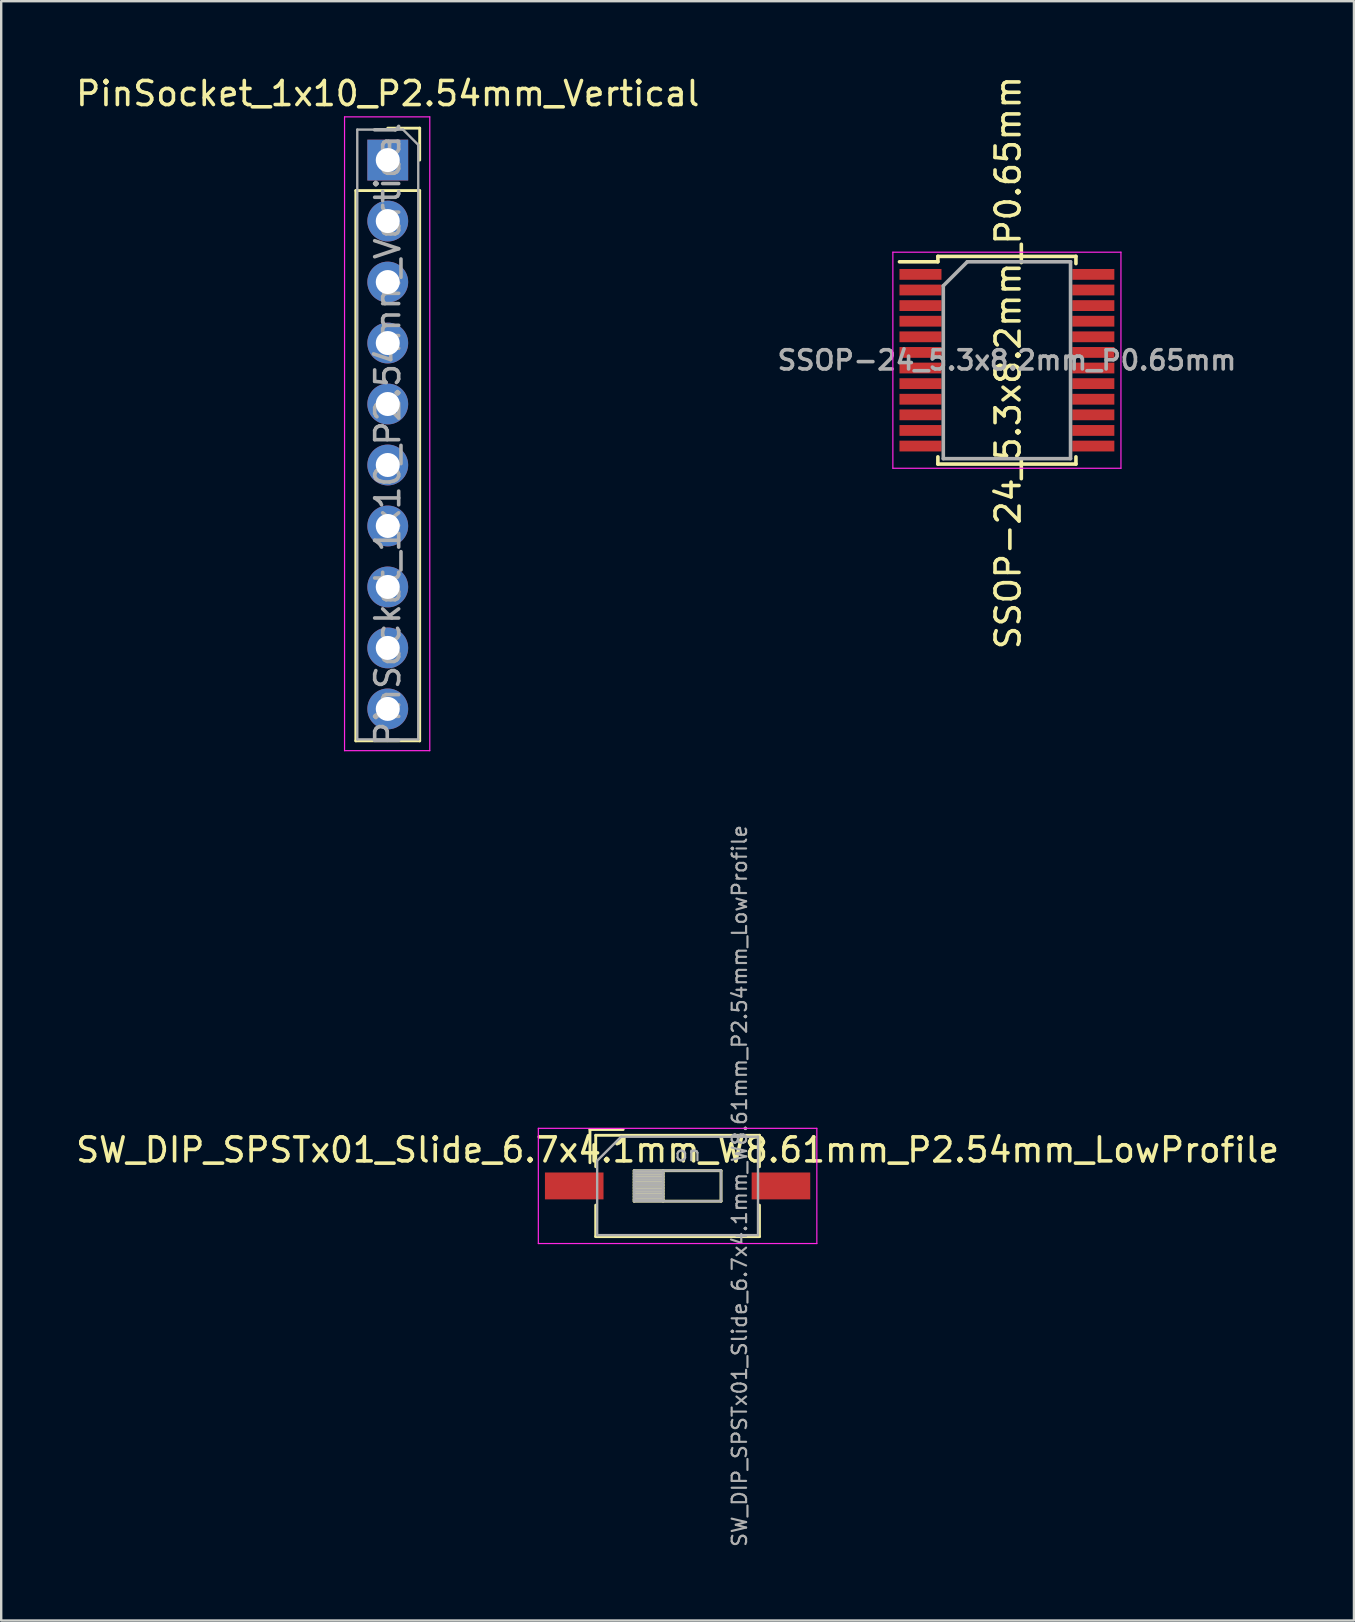
<source format=kicad_pcb>
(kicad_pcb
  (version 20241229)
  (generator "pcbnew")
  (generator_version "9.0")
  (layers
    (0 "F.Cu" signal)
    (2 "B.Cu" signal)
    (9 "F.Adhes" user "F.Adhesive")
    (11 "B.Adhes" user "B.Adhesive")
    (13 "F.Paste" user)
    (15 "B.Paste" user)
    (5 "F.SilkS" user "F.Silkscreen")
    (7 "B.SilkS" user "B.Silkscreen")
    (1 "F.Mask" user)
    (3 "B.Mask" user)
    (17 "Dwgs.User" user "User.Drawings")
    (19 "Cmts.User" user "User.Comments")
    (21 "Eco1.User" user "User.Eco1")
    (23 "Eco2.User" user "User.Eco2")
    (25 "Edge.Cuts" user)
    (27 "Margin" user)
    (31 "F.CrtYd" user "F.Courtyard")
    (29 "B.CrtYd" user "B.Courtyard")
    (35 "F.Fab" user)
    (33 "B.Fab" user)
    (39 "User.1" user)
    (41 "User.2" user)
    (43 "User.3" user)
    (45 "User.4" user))
  (footprint "SW_DIP_SPSTx01_Slide_6.7x4.1mm_W8.61mm_P2.54mm_LowProfile"
    (layer "F.Cu")
    (at 25.173 46.347)
    (property "Reference" "SW_DIP_SPSTx01_Slide_6.7x4.1mm_W8.61mm_P2.54mm_LowProfile" (at 0 -1.5 180) (layer "F.SilkS") (effects (font (size 1 1) (thickness 0.15))))
    (attr smd)
    (fp_line (start -3.65 -2.35) (end -3.65 -0.967) (stroke (width 0.12) (type solid)) (layer "F.SilkS"))
    (fp_line (start -3.65 -2.35) (end -2.267 -2.35) (stroke (width 0.12) (type solid)) (layer "F.SilkS"))
    (fp_line (start -3.41 -2.11) (end -3.41 -0.8) (stroke (width 0.12) (type solid)) (layer "F.SilkS"))
    (fp_line (start -3.41 -2.11) (end 3.41 -2.11) (stroke (width 0.12) (type solid)) (layer "F.SilkS"))
    (fp_line (start -3.41 0.8) (end -3.41 2.11) (stroke (width 0.12) (type solid)) (layer "F.SilkS"))
    (fp_line (start -3.41 2.11) (end 3.41 2.11) (stroke (width 0.12) (type solid)) (layer "F.SilkS"))
    (fp_line (start -1.81 -0.635) (end -1.81 0.635) (stroke (width 0.12) (type solid)) (layer "F.SilkS"))
    (fp_line (start -1.81 -0.515) (end -0.603 -0.515) (stroke (width 0.12) (type solid)) (layer "F.SilkS"))
    (fp_line (start -1.81 -0.395) (end -0.603 -0.395) (stroke (width 0.12) (type solid)) (layer "F.SilkS"))
    (fp_line (start -1.81 -0.275) (end -0.603 -0.275) (stroke (width 0.12) (type solid)) (layer "F.SilkS"))
    (fp_line (start -1.81 -0.155) (end -0.603 -0.155) (stroke (width 0.12) (type solid)) (layer "F.SilkS"))
    (fp_line (start -1.81 -0.035) (end -0.603 -0.035) (stroke (width 0.12) (type solid)) (layer "F.SilkS"))
    (fp_line (start -1.81 0.085) (end -0.603 0.085) (stroke (width 0.12) (type solid)) (layer "F.SilkS"))
    (fp_line (start -1.81 0.205) (end -0.603 0.205) (stroke (width 0.12) (type solid)) (layer "F.SilkS"))
    (fp_line (start -1.81 0.325) (end -0.603 0.325) (stroke (width 0.12) (type solid)) (layer "F.SilkS"))
    (fp_line (start -1.81 0.445) (end -0.603 0.445) (stroke (width 0.12) (type solid)) (layer "F.SilkS"))
    (fp_line (start -1.81 0.565) (end -0.603 0.565) (stroke (width 0.12) (type solid)) (layer "F.SilkS"))
    (fp_line (start -1.81 0.635) (end 1.81 0.635) (stroke (width 0.12) (type solid)) (layer "F.SilkS"))
    (fp_line (start -0.603 -0.635) (end -0.603 0.635) (stroke (width 0.12) (type solid)) (layer "F.SilkS"))
    (fp_line (start 1.81 -0.635) (end -1.81 -0.635) (stroke (width 0.12) (type solid)) (layer "F.SilkS"))
    (fp_line (start 1.81 0.635) (end 1.81 -0.635) (stroke (width 0.12) (type solid)) (layer "F.SilkS"))
    (fp_line (start 3.41 -2.11) (end 3.41 -0.8) (stroke (width 0.12) (type solid)) (layer "F.SilkS"))
    (fp_line (start 3.41 0.8) (end 3.41 2.11) (stroke (width 0.12) (type solid)) (layer "F.SilkS"))
    (fp_line (start -5.8 -2.4) (end -5.8 2.4) (stroke (width 0.05) (type solid)) (layer "F.CrtYd"))
    (fp_line (start -5.8 2.4) (end 5.8 2.4) (stroke (width 0.05) (type solid)) (layer "F.CrtYd"))
    (fp_line (start 5.8 -2.4) (end -5.8 -2.4) (stroke (width 0.05) (type solid)) (layer "F.CrtYd"))
    (fp_line (start 5.8 2.4) (end 5.8 -2.4) (stroke (width 0.05) (type solid)) (layer "F.CrtYd"))
    (fp_line (start -3.35 -1.05) (end -2.35 -2.05) (stroke (width 0.1) (type solid)) (layer "F.Fab"))
    (fp_line (start -3.35 2.05) (end -3.35 -1.05) (stroke (width 0.1) (type solid)) (layer "F.Fab"))
    (fp_line (start -2.35 -2.05) (end 3.35 -2.05) (stroke (width 0.1) (type solid)) (layer "F.Fab"))
    (fp_line (start -1.81 -0.635) (end -1.81 0.635) (stroke (width 0.1) (type solid)) (layer "F.Fab"))
    (fp_line (start -1.81 -0.535) (end -0.603 -0.535) (stroke (width 0.1) (type solid)) (layer "F.Fab"))
    (fp_line (start -1.81 -0.435) (end -0.603 -0.435) (stroke (width 0.1) (type solid)) (layer "F.Fab"))
    (fp_line (start -1.81 -0.335) (end -0.603 -0.335) (stroke (width 0.1) (type solid)) (layer "F.Fab"))
    (fp_line (start -1.81 -0.235) (end -0.603 -0.235) (stroke (width 0.1) (type solid)) (layer "F.Fab"))
    (fp_line (start -1.81 -0.135) (end -0.603 -0.135) (stroke (width 0.1) (type solid)) (layer "F.Fab"))
    (fp_line (start -1.81 -0.035) (end -0.603 -0.035) (stroke (width 0.1) (type solid)) (layer "F.Fab"))
    (fp_line (start -1.81 0.065) (end -0.603 0.065) (stroke (width 0.1) (type solid)) (layer "F.Fab"))
    (fp_line (start -1.81 0.165) (end -0.603 0.165) (stroke (width 0.1) (type solid)) (layer "F.Fab"))
    (fp_line (start -1.81 0.265) (end -0.603 0.265) (stroke (width 0.1) (type solid)) (layer "F.Fab"))
    (fp_line (start -1.81 0.365) (end -0.603 0.365) (stroke (width 0.1) (type solid)) (layer "F.Fab"))
    (fp_line (start -1.81 0.465) (end -0.603 0.465) (stroke (width 0.1) (type solid)) (layer "F.Fab"))
    (fp_line (start -1.81 0.565) (end -0.603 0.565) (stroke (width 0.1) (type solid)) (layer "F.Fab"))
    (fp_line (start -1.81 0.635) (end 1.81 0.635) (stroke (width 0.1) (type solid)) (layer "F.Fab"))
    (fp_line (start -0.603 -0.635) (end -0.603 0.635) (stroke (width 0.1) (type solid)) (layer "F.Fab"))
    (fp_line (start 1.81 -0.635) (end -1.81 -0.635) (stroke (width 0.1) (type solid)) (layer "F.Fab"))
    (fp_line (start 1.81 0.635) (end 1.81 -0.635) (stroke (width 0.1) (type solid)) (layer "F.Fab"))
    (fp_line (start 3.35 -2.05) (end 3.35 2.05) (stroke (width 0.1) (type solid)) (layer "F.Fab"))
    (fp_line (start 3.35 2.05) (end -3.35 2.05) (stroke (width 0.1) (type solid)) (layer "F.Fab"))
    (fp_text user "${REFERENCE}" (at 2.58 0 270) (layer "F.Fab") (effects (font (size 0.6 0.6) (thickness 0.09))))
    (fp_text user "on" (at 0.427 -1.343 180) (layer "F.Fab") (effects (font (size 0.6 0.6) (thickness 0.09))))
    (pad "1" smd rect (at -4.305 0) (size 2.44 1.12) (layers "F.Cu" "F.Mask" "F.Paste"))
    (pad "2" smd rect (at 4.305 0) (size 2.44 1.12) (layers "F.Cu" "F.Mask" "F.Paste")))
  (footprint "PinSocket_1x10_P2.54mm_Vertical"
    (layer "F.Cu")
    (at 13.101 3.618)
    (property "Reference" "PinSocket_1x10_P2.54mm_Vertical" (at 0 -2.77 0) (layer "F.SilkS") (effects (font (size 1 1) (thickness 0.15))))
    (attr through_hole)
    (fp_line (start -1.33 1.27) (end -1.33 24.19) (stroke (width 0.12) (type solid)) (layer "F.SilkS"))
    (fp_line (start -1.33 1.27) (end 1.33 1.27) (stroke (width 0.12) (type solid)) (layer "F.SilkS"))
    (fp_line (start -1.33 24.19) (end 1.33 24.19) (stroke (width 0.12) (type solid)) (layer "F.SilkS"))
    (fp_line (start 0 -1.33) (end 1.33 -1.33) (stroke (width 0.12) (type solid)) (layer "F.SilkS"))
    (fp_line (start 1.33 -1.33) (end 1.33 0) (stroke (width 0.12) (type solid)) (layer "F.SilkS"))
    (fp_line (start 1.33 1.27) (end 1.33 24.19) (stroke (width 0.12) (type solid)) (layer "F.SilkS"))
    (fp_line (start -1.8 -1.8) (end 1.75 -1.8) (stroke (width 0.05) (type solid)) (layer "F.CrtYd"))
    (fp_line (start -1.8 24.6) (end -1.8 -1.8) (stroke (width 0.05) (type solid)) (layer "F.CrtYd"))
    (fp_line (start 1.75 -1.8) (end 1.75 24.6) (stroke (width 0.05) (type solid)) (layer "F.CrtYd"))
    (fp_line (start 1.75 24.6) (end -1.8 24.6) (stroke (width 0.05) (type solid)) (layer "F.CrtYd"))
    (fp_line (start -1.27 -1.27) (end 0.635 -1.27) (stroke (width 0.1) (type solid)) (layer "F.Fab"))
    (fp_line (start -1.27 24.13) (end -1.27 -1.27) (stroke (width 0.1) (type solid)) (layer "F.Fab"))
    (fp_line (start 0.635 -1.27) (end 1.27 -0.635) (stroke (width 0.1) (type solid)) (layer "F.Fab"))
    (fp_line (start 1.27 -0.635) (end 1.27 24.13) (stroke (width 0.1) (type solid)) (layer "F.Fab"))
    (fp_line (start 1.27 24.13) (end -1.27 24.13) (stroke (width 0.1) (type solid)) (layer "F.Fab"))
    (fp_text user "${REFERENCE}" (at 0 11.43 90) (layer "F.Fab") (effects (font (size 1 1) (thickness 0.15))))
    (pad "1" thru_hole rect (at 0 0) (size 1.7 1.7) (drill 1) (layers "*.Cu" "*.Mask"))
    (pad "2" thru_hole oval (at 0 2.54) (size 1.7 1.7) (drill 1) (layers "*.Cu" "*.Mask"))
    (pad "3" thru_hole oval (at 0 5.08) (size 1.7 1.7) (drill 1) (layers "*.Cu" "*.Mask"))
    (pad "4" thru_hole oval (at 0 7.62) (size 1.7 1.7) (drill 1) (layers "*.Cu" "*.Mask"))
    (pad "5" thru_hole oval (at 0 10.16) (size 1.7 1.7) (drill 1) (layers "*.Cu" "*.Mask"))
    (pad "6" thru_hole oval (at 0 12.7) (size 1.7 1.7) (drill 1) (layers "*.Cu" "*.Mask"))
    (pad "7" thru_hole oval (at 0 15.24) (size 1.7 1.7) (drill 1) (layers "*.Cu" "*.Mask"))
    (pad "8" thru_hole oval (at 0 17.78) (size 1.7 1.7) (drill 1) (layers "*.Cu" "*.Mask"))
    (pad "9" thru_hole oval (at 0 20.32) (size 1.7 1.7) (drill 1) (layers "*.Cu" "*.Mask"))
    (pad "10" thru_hole oval (at 0 22.86) (size 1.7 1.7) (drill 1) (layers "*.Cu" "*.Mask")))
  (footprint "SSOP-24_5.3x8.2mm_P0.65mm"
    (layer "F.Cu")
    (at 38.89 11.954)
    (property "Reference" "SSOP-24_5.3x8.2mm_P0.65mm" (at 0.05 0.1 90) (layer "F.SilkS") (effects (font (size 1 1) (thickness 0.15))))
    (attr smd)
    (fp_line (start -2.875 -4.325) (end -2.875 -4.1) (stroke (width 0.15) (type solid)) (layer "F.SilkS"))
    (fp_line (start -2.875 -4.325) (end 2.875 -4.325) (stroke (width 0.15) (type solid)) (layer "F.SilkS"))
    (fp_line (start -2.875 -4.1) (end -4.475 -4.1) (stroke (width 0.15) (type solid)) (layer "F.SilkS"))
    (fp_line (start -2.875 4.325) (end -2.875 4.025) (stroke (width 0.15) (type solid)) (layer "F.SilkS"))
    (fp_line (start -2.875 4.325) (end 2.875 4.325) (stroke (width 0.15) (type solid)) (layer "F.SilkS"))
    (fp_line (start 2.875 -4.325) (end 2.875 -4.025) (stroke (width 0.15) (type solid)) (layer "F.SilkS"))
    (fp_line (start 2.875 4.325) (end 2.875 4.025) (stroke (width 0.15) (type solid)) (layer "F.SilkS"))
    (fp_line (start -4.75 -4.5) (end -4.75 4.5) (stroke (width 0.05) (type solid)) (layer "F.CrtYd"))
    (fp_line (start -4.75 -4.5) (end 4.75 -4.5) (stroke (width 0.05) (type solid)) (layer "F.CrtYd"))
    (fp_line (start -4.75 4.5) (end 4.75 4.5) (stroke (width 0.05) (type solid)) (layer "F.CrtYd"))
    (fp_line (start 4.75 -4.5) (end 4.75 4.5) (stroke (width 0.05) (type solid)) (layer "F.CrtYd"))
    (fp_line (start -2.65 -3.1) (end -1.65 -4.1) (stroke (width 0.15) (type solid)) (layer "F.Fab"))
    (fp_line (start -2.65 4.1) (end -2.65 -3.1) (stroke (width 0.15) (type solid)) (layer "F.Fab"))
    (fp_line (start -1.65 -4.1) (end 2.65 -4.1) (stroke (width 0.15) (type solid)) (layer "F.Fab"))
    (fp_line (start 2.65 -4.1) (end 2.65 4.1) (stroke (width 0.15) (type solid)) (layer "F.Fab"))
    (fp_line (start 2.65 4.1) (end -2.65 4.1) (stroke (width 0.15) (type solid)) (layer "F.Fab"))
    (fp_text user "${REFERENCE}" (at 0 0 180) (layer "F.Fab") (effects (font (size 0.8 0.8) (thickness 0.15))))
    (pad "1" smd rect (at -3.6 -3.575) (size 1.75 0.45) (layers "F.Cu" "F.Mask" "F.Paste"))
    (pad "2" smd rect (at -3.6 -2.925) (size 1.75 0.45) (layers "F.Cu" "F.Mask" "F.Paste"))
    (pad "3" smd rect (at -3.6 -2.275) (size 1.75 0.45) (layers "F.Cu" "F.Mask" "F.Paste"))
    (pad "4" smd rect (at -3.6 -1.625) (size 1.75 0.45) (layers "F.Cu" "F.Mask" "F.Paste"))
    (pad "5" smd rect (at -3.6 -0.975) (size 1.75 0.45) (layers "F.Cu" "F.Mask" "F.Paste"))
    (pad "6" smd rect (at -3.6 -0.325) (size 1.75 0.45) (layers "F.Cu" "F.Mask" "F.Paste"))
    (pad "7" smd rect (at -3.6 0.325) (size 1.75 0.45) (layers "F.Cu" "F.Mask" "F.Paste"))
    (pad "8" smd rect (at -3.6 0.975) (size 1.75 0.45) (layers "F.Cu" "F.Mask" "F.Paste"))
    (pad "9" smd rect (at -3.6 1.625) (size 1.75 0.45) (layers "F.Cu" "F.Mask" "F.Paste"))
    (pad "10" smd rect (at -3.6 2.275) (size 1.75 0.45) (layers "F.Cu" "F.Mask" "F.Paste"))
    (pad "11" smd rect (at -3.6 2.925) (size 1.75 0.45) (layers "F.Cu" "F.Mask" "F.Paste"))
    (pad "12" smd rect (at -3.6 3.575) (size 1.75 0.45) (layers "F.Cu" "F.Mask" "F.Paste"))
    (pad "13" smd rect (at 3.6 3.575) (size 1.75 0.45) (layers "F.Cu" "F.Mask" "F.Paste"))
    (pad "14" smd rect (at 3.6 2.925) (size 1.75 0.45) (layers "F.Cu" "F.Mask" "F.Paste"))
    (pad "15" smd rect (at 3.6 2.275) (size 1.75 0.45) (layers "F.Cu" "F.Mask" "F.Paste"))
    (pad "16" smd rect (at 3.6 1.625) (size 1.75 0.45) (layers "F.Cu" "F.Mask" "F.Paste"))
    (pad "17" smd rect (at 3.6 0.975) (size 1.75 0.45) (layers "F.Cu" "F.Mask" "F.Paste"))
    (pad "18" smd rect (at 3.6 0.325) (size 1.75 0.45) (layers "F.Cu" "F.Mask" "F.Paste"))
    (pad "19" smd rect (at 3.6 -0.325) (size 1.75 0.45) (layers "F.Cu" "F.Mask" "F.Paste"))
    (pad "20" smd rect (at 3.6 -0.975) (size 1.75 0.45) (layers "F.Cu" "F.Mask" "F.Paste"))
    (pad "21" smd rect (at 3.6 -1.625) (size 1.75 0.45) (layers "F.Cu" "F.Mask" "F.Paste"))
    (pad "22" smd rect (at 3.6 -2.275) (size 1.75 0.45) (layers "F.Cu" "F.Mask" "F.Paste"))
    (pad "23" smd rect (at 3.6 -2.925) (size 1.75 0.45) (layers "F.Cu" "F.Mask" "F.Paste"))
    (pad "24" smd rect (at 3.6 -3.575) (size 1.75 0.45) (layers "F.Cu" "F.Mask" "F.Paste")))
  (gr_rect
    (start -3 -3)
    (end 53.345 64.45)
    (stroke (width 0.1) (type default))
    (fill no)
    (layer "Edge.Cuts")))
</source>
